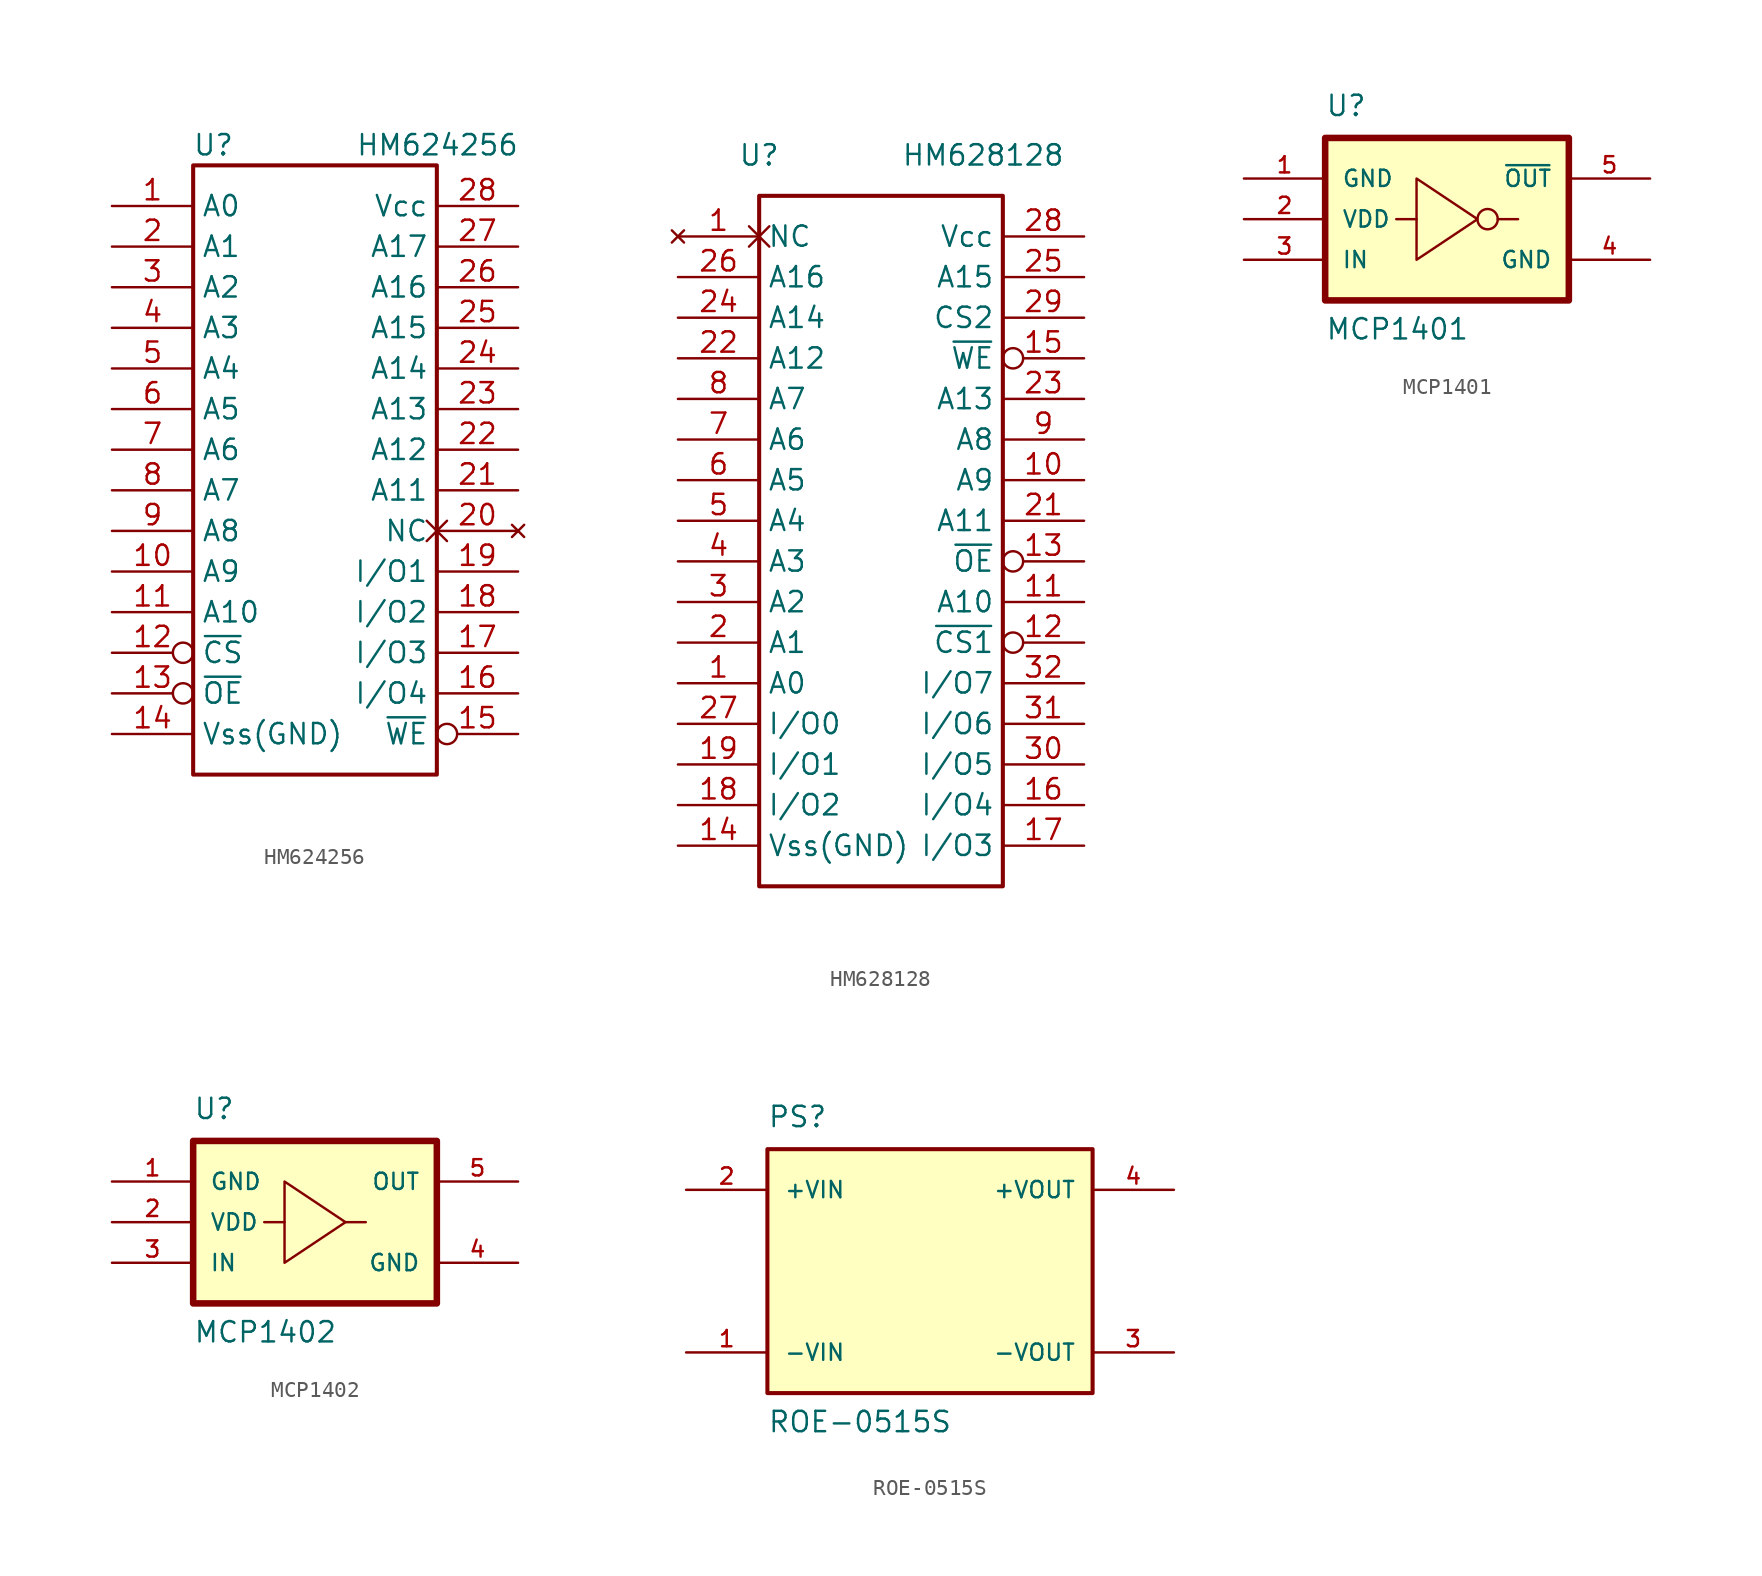
<source format=kicad_sym>
(kicad_symbol_lib
  (version 20220914)
  (generator kicad_symbol_editor)
  (symbol "HM624256"
    (property "Reference" "U"
      (at -6.35 19.05 0)
      (effects (font (size 1.27 1.27))))
    (property "Value" "HM624256"
      (at 2.54 19.05 0)
      (effects (font (size 1.27 1.27)) (justify left)))
    (symbol "HM624256_1_1"
      (rectangle (start -7.62 17.78) (end 7.62 -20.32) (stroke (width 0.254) (type default)) (fill (type none)))
      (pin input line (at -12.7 15.24 0) (length 5.08) (name "A0" (effects (font (size 1.27 1.27)))) (number "1" (effects (font (size 1.27 1.27)))))
      (pin input line (at -12.7 -7.62 0) (length 5.08) (name "A9" (effects (font (size 1.27 1.27)))) (number "10" (effects (font (size 1.27 1.27)))))
      (pin input line (at -12.7 -10.16 0) (length 5.08) (name "A10" (effects (font (size 1.27 1.27)))) (number "11" (effects (font (size 1.27 1.27)))))
      (pin input inverted (at -12.7 -12.7 0) (length 5.08) (name "~{CS}" (effects (font (size 1.27 1.27)))) (number "12" (effects (font (size 1.27 1.27)))))
      (pin input inverted (at -12.7 -15.24 0) (length 5.08) (name "~{OE}" (effects (font (size 1.27 1.27)))) (number "13" (effects (font (size 1.27 1.27)))))
      (pin power_in line (at -12.7 -17.78 0) (length 5.08) (name "Vss(GND)" (effects (font (size 1.27 1.27)))) (number "14" (effects (font (size 1.27 1.27)))))
      (pin input inverted (at 12.7 -17.78 180) (length 5.08) (name "~{WE}" (effects (font (size 1.27 1.27)))) (number "15" (effects (font (size 1.27 1.27)))))
      (pin tri_state line (at 12.7 -15.24 180) (length 5.08) (name "I/O4" (effects (font (size 1.27 1.27)))) (number "16" (effects (font (size 1.27 1.27)))))
      (pin tri_state line (at 12.7 -12.7 180) (length 5.08) (name "I/O3" (effects (font (size 1.27 1.27)))) (number "17" (effects (font (size 1.27 1.27)))))
      (pin tri_state line (at 12.7 -10.16 180) (length 5.08) (name "I/O2" (effects (font (size 1.27 1.27)))) (number "18" (effects (font (size 1.27 1.27)))))
      (pin tri_state line (at 12.7 -7.62 180) (length 5.08) (name "I/O1" (effects (font (size 1.27 1.27)))) (number "19" (effects (font (size 1.27 1.27)))))
      (pin input line (at -12.7 12.7 0) (length 5.08) (name "A1" (effects (font (size 1.27 1.27)))) (number "2" (effects (font (size 1.27 1.27)))))
      (pin no_connect non_logic (at 12.7 -5.08 180) (length 5.08) (name "NC" (effects (font (size 1.27 1.27)))) (number "20" (effects (font (size 1.27 1.27)))))
      (pin input line (at 12.7 -2.54 180) (length 5.08) (name "A11" (effects (font (size 1.27 1.27)))) (number "21" (effects (font (size 1.27 1.27)))))
      (pin input line (at 12.7 0 180) (length 5.08) (name "A12" (effects (font (size 1.27 1.27)))) (number "22" (effects (font (size 1.27 1.27)))))
      (pin input line (at 12.7 2.54 180) (length 5.08) (name "A13" (effects (font (size 1.27 1.27)))) (number "23" (effects (font (size 1.27 1.27)))))
      (pin input line (at 12.7 5.08 180) (length 5.08) (name "A14" (effects (font (size 1.27 1.27)))) (number "24" (effects (font (size 1.27 1.27)))))
      (pin input line (at 12.7 7.62 180) (length 5.08) (name "A15" (effects (font (size 1.27 1.27)))) (number "25" (effects (font (size 1.27 1.27)))))
      (pin input line (at 12.7 10.16 180) (length 5.08) (name "A16" (effects (font (size 1.27 1.27)))) (number "26" (effects (font (size 1.27 1.27)))))
      (pin input line (at 12.7 12.7 180) (length 5.08) (name "A17" (effects (font (size 1.27 1.27)))) (number "27" (effects (font (size 1.27 1.27)))))
      (pin power_in line (at 12.7 15.24 180) (length 5.08) (name "Vcc" (effects (font (size 1.27 1.27)))) (number "28" (effects (font (size 1.27 1.27)))))
      (pin input line (at -12.7 10.16 0) (length 5.08) (name "A2" (effects (font (size 1.27 1.27)))) (number "3" (effects (font (size 1.27 1.27)))))
      (pin input line (at -12.7 7.62 0) (length 5.08) (name "A3" (effects (font (size 1.27 1.27)))) (number "4" (effects (font (size 1.27 1.27)))))
      (pin input line (at -12.7 5.08 0) (length 5.08) (name "A4" (effects (font (size 1.27 1.27)))) (number "5" (effects (font (size 1.27 1.27)))))
      (pin input line (at -12.7 2.54 0) (length 5.08) (name "A5" (effects (font (size 1.27 1.27)))) (number "6" (effects (font (size 1.27 1.27)))))
      (pin input line (at -12.7 0 0) (length 5.08) (name "A6" (effects (font (size 1.27 1.27)))) (number "7" (effects (font (size 1.27 1.27)))))
      (pin input line (at -12.7 -2.54 0) (length 5.08) (name "A7" (effects (font (size 1.27 1.27)))) (number "8" (effects (font (size 1.27 1.27)))))
      (pin input line (at -12.7 -5.08 0) (length 5.08) (name "A8" (effects (font (size 1.27 1.27)))) (number "9" (effects (font (size 1.27 1.27)))))))
  (symbol "HM628128"
    (property "Reference" "U"
      (at -7.62 22.86 0)
      (effects (font (size 1.27 1.27))))
    (property "Value" "HM628128"
      (at 1.27 22.86 0)
      (effects (font (size 1.27 1.27)) (justify left)))
    (symbol "HM628128_1_1"
      (rectangle (start -7.62 20.32) (end 7.62 -22.86) (stroke (width 0.254) (type default)) (fill (type none)))
      (pin input line (at -12.7 -10.16 0) (length 5.08) (name "A0" (effects (font (size 1.27 1.27)))) (number "1" (effects (font (size 1.27 1.27)))))
      (pin no_connect non_logic (at -12.7 17.78 0) (length 5.08) (name "NC" (effects (font (size 1.27 1.27)))) (number "1" (effects (font (size 1.27 1.27)))))
      (pin input line (at 12.7 2.54 180) (length 5.08) (name "A9" (effects (font (size 1.27 1.27)))) (number "10" (effects (font (size 1.27 1.27)))))
      (pin input line (at 12.7 -5.08 180) (length 5.08) (name "A10" (effects (font (size 1.27 1.27)))) (number "11" (effects (font (size 1.27 1.27)))))
      (pin input inverted (at 12.7 -7.62 180) (length 5.08) (name "~{CS1}" (effects (font (size 1.27 1.27)))) (number "12" (effects (font (size 1.27 1.27)))))
      (pin input inverted (at 12.7 -2.54 180) (length 5.08) (name "~{OE}" (effects (font (size 1.27 1.27)))) (number "13" (effects (font (size 1.27 1.27)))))
      (pin power_in line (at -12.7 -20.32 0) (length 5.08) (name "Vss(GND)" (effects (font (size 1.27 1.27)))) (number "14" (effects (font (size 1.27 1.27)))))
      (pin input inverted (at 12.7 10.16 180) (length 5.08) (name "~{WE}" (effects (font (size 1.27 1.27)))) (number "15" (effects (font (size 1.27 1.27)))))
      (pin tri_state line (at 12.7 -17.78 180) (length 5.08) (name "I/O4" (effects (font (size 1.27 1.27)))) (number "16" (effects (font (size 1.27 1.27)))))
      (pin tri_state line (at 12.7 -20.32 180) (length 5.08) (name "I/O3" (effects (font (size 1.27 1.27)))) (number "17" (effects (font (size 1.27 1.27)))))
      (pin tri_state line (at -12.7 -17.78 0) (length 5.08) (name "I/O2" (effects (font (size 1.27 1.27)))) (number "18" (effects (font (size 1.27 1.27)))))
      (pin tri_state line (at -12.7 -15.24 0) (length 5.08) (name "I/O1" (effects (font (size 1.27 1.27)))) (number "19" (effects (font (size 1.27 1.27)))))
      (pin input line (at -12.7 -7.62 0) (length 5.08) (name "A1" (effects (font (size 1.27 1.27)))) (number "2" (effects (font (size 1.27 1.27)))))
      (pin input line (at 12.7 0 180) (length 5.08) (name "A11" (effects (font (size 1.27 1.27)))) (number "21" (effects (font (size 1.27 1.27)))))
      (pin input line (at -12.7 10.16 0) (length 5.08) (name "A12" (effects (font (size 1.27 1.27)))) (number "22" (effects (font (size 1.27 1.27)))))
      (pin input line (at 12.7 7.62 180) (length 5.08) (name "A13" (effects (font (size 1.27 1.27)))) (number "23" (effects (font (size 1.27 1.27)))))
      (pin input line (at -12.7 12.7 0) (length 5.08) (name "A14" (effects (font (size 1.27 1.27)))) (number "24" (effects (font (size 1.27 1.27)))))
      (pin input line (at 12.7 15.24 180) (length 5.08) (name "A15" (effects (font (size 1.27 1.27)))) (number "25" (effects (font (size 1.27 1.27)))))
      (pin input line (at -12.7 15.24 0) (length 5.08) (name "A16" (effects (font (size 1.27 1.27)))) (number "26" (effects (font (size 1.27 1.27)))))
      (pin tri_state line (at -12.7 -12.7 0) (length 5.08) (name "I/O0" (effects (font (size 1.27 1.27)))) (number "27" (effects (font (size 1.27 1.27)))))
      (pin power_in line (at 12.7 17.78 180) (length 5.08) (name "Vcc" (effects (font (size 1.27 1.27)))) (number "28" (effects (font (size 1.27 1.27)))))
      (pin input line (at 12.7 12.7 180) (length 5.08) (name "CS2" (effects (font (size 1.27 1.27)))) (number "29" (effects (font (size 1.27 1.27)))))
      (pin input line (at -12.7 -5.08 0) (length 5.08) (name "A2" (effects (font (size 1.27 1.27)))) (number "3" (effects (font (size 1.27 1.27)))))
      (pin tri_state line (at 12.7 -15.24 180) (length 5.08) (name "I/O5" (effects (font (size 1.27 1.27)))) (number "30" (effects (font (size 1.27 1.27)))))
      (pin tri_state line (at 12.7 -12.7 180) (length 5.08) (name "I/O6" (effects (font (size 1.27 1.27)))) (number "31" (effects (font (size 1.27 1.27)))))
      (pin tri_state line (at 12.7 -10.16 180) (length 5.08) (name "I/O7" (effects (font (size 1.27 1.27)))) (number "32" (effects (font (size 1.27 1.27)))))
      (pin input line (at -12.7 -2.54 0) (length 5.08) (name "A3" (effects (font (size 1.27 1.27)))) (number "4" (effects (font (size 1.27 1.27)))))
      (pin input line (at -12.7 0 0) (length 5.08) (name "A4" (effects (font (size 1.27 1.27)))) (number "5" (effects (font (size 1.27 1.27)))))
      (pin input line (at -12.7 2.54 0) (length 5.08) (name "A5" (effects (font (size 1.27 1.27)))) (number "6" (effects (font (size 1.27 1.27)))))
      (pin input line (at -12.7 5.08 0) (length 5.08) (name "A6" (effects (font (size 1.27 1.27)))) (number "7" (effects (font (size 1.27 1.27)))))
      (pin input line (at -12.7 7.62 0) (length 5.08) (name "A7" (effects (font (size 1.27 1.27)))) (number "8" (effects (font (size 1.27 1.27)))))
      (pin input line (at 12.7 5.08 180) (length 5.08) (name "A8" (effects (font (size 1.27 1.27)))) (number "9" (effects (font (size 1.27 1.27)))))))
  (symbol "MCP1401"
    (pin_names
      (offset 1.016))
    (property "Reference" "U"
      (at -7.62 6.35 0)
      (effects (font (size 1.27 1.27)) (justify left bottom)))
    (property "Value" "MCP1401"
      (at -7.62 -7.62 0)
      (effects (font (size 1.27 1.27)) (justify left bottom)))
    (symbol "MCP1401_0_0"
      (rectangle (start -7.62 5.08) (end 7.62 -5.08) (stroke (width 0.41) (type default)) (fill (type background)))
      (pin input line (at -12.7 -2.54 0) (length 5.08) (name "IN" (effects (font (size 1.016 1.016)))) (number "3" (effects (font (size 1.016 1.016)))))
      (pin power_in line (at 12.7 -2.54 180) (length 5.08) (name "GND" (effects (font (size 1.016 1.016)))) (number "4" (effects (font (size 1.016 1.016)))))
      (pin output line (at 12.7 2.54 180) (length 5.08) (name "~{OUT}" (effects (font (size 1.016 1.016)))) (number "5" (effects (font (size 1.016 1.016))))))
    (symbol "MCP1401_0_1"
      (polyline (pts (xy -1.905 0) (xy -3.175 0)) (stroke (width 0) (type default)) (fill (type none)))
      (polyline (pts (xy 3.175 0) (xy 4.445 0)) (stroke (width 0) (type default)) (fill (type none)))
      (polyline (pts (xy -1.905 2.54) (xy -1.905 -2.54) (xy 1.905 0) (xy -1.905 2.54)) (stroke (width 0) (type default)) (fill (type none)))
      (circle (center 2.54 0) (radius 0.635) (stroke (width 0) (type default)) (fill (type none))))
    (symbol "MCP1401_1_0"
      (pin power_in line (at -12.7 2.54 0) (length 5.08) (name "GND" (effects (font (size 1.016 1.016)))) (number "1" (effects (font (size 1.016 1.016)))))
      (pin power_in line (at -12.7 0 0) (length 5.08) (name "VDD" (effects (font (size 1.016 1.016)))) (number "2" (effects (font (size 1.016 1.016)))))))
  (symbol "MCP1402"
    (pin_names
      (offset 1.016))
    (property "Reference" "U"
      (at -7.62 6.35 0)
      (effects (font (size 1.27 1.27)) (justify left bottom)))
    (property "Value" "MCP1402"
      (at -7.62 -7.62 0)
      (effects (font (size 1.27 1.27)) (justify left bottom)))
    (symbol "MCP1402_0_0"
      (rectangle (start -7.62 5.08) (end 7.62 -5.08) (stroke (width 0.41) (type default)) (fill (type background)))
      (pin input line (at -12.7 -2.54 0) (length 5.08) (name "IN" (effects (font (size 1.016 1.016)))) (number "3" (effects (font (size 1.016 1.016)))))
      (pin power_in line (at 12.7 -2.54 180) (length 5.08) (name "GND" (effects (font (size 1.016 1.016)))) (number "4" (effects (font (size 1.016 1.016))))))
    (symbol "MCP1402_0_1"
      (polyline (pts (xy -1.905 0) (xy -3.175 0)) (stroke (width 0) (type default)) (fill (type none)))
      (polyline (pts (xy 1.905 0) (xy 3.175 0)) (stroke (width 0) (type default)) (fill (type none)))
      (polyline (pts (xy -1.905 2.54) (xy -1.905 -2.54) (xy 1.905 0) (xy -1.905 2.54)) (stroke (width 0) (type default)) (fill (type none))))
    (symbol "MCP1402_1_0"
      (pin power_in line (at -12.7 2.54 0) (length 5.08) (name "GND" (effects (font (size 1.016 1.016)))) (number "1" (effects (font (size 1.016 1.016)))))
      (pin power_in line (at -12.7 0 0) (length 5.08) (name "VDD" (effects (font (size 1.016 1.016)))) (number "2" (effects (font (size 1.016 1.016)))))
      (pin output line (at 12.7 2.54 180) (length 5.08) (name "OUT" (effects (font (size 1.016 1.016)))) (number "5" (effects (font (size 1.016 1.016)))))))
  (symbol "ROE-0515S"
    (pin_names
      (offset 1.016))
    (property "Reference" "PS"
      (at -10.164 8.898 0)
      (effects (font (size 1.27 1.27)) (justify left bottom)))
    (property "Value" "ROE-0515S"
      (at -10.161 -10.163 0)
      (effects (font (size 1.27 1.27)) (justify left bottom)))
    (symbol "ROE-0515S_0_0"
      (rectangle (start -10.16 -7.62) (end 10.16 7.62) (stroke (width 0.254) (type default)) (fill (type background))))
    (symbol "ROE-0515S_1_0"
      (pin power_in line (at -15.24 -5.08 0) (length 5.08) (name "-VIN" (effects (font (size 1.016 1.016)))) (number "1" (effects (font (size 1.016 1.016)))))
      (pin power_in line (at -15.24 5.08 0) (length 5.08) (name "+VIN" (effects (font (size 1.016 1.016)))) (number "2" (effects (font (size 1.016 1.016)))))
      (pin power_out line (at 15.24 -5.08 180) (length 5.08) (name "-VOUT" (effects (font (size 1.016 1.016)))) (number "3" (effects (font (size 1.016 1.016)))))
      (pin power_out line (at 15.24 5.08 180) (length 5.08) (name "+VOUT" (effects (font (size 1.016 1.016)))) (number "4" (effects (font (size 1.016 1.016))))))))
</source>
